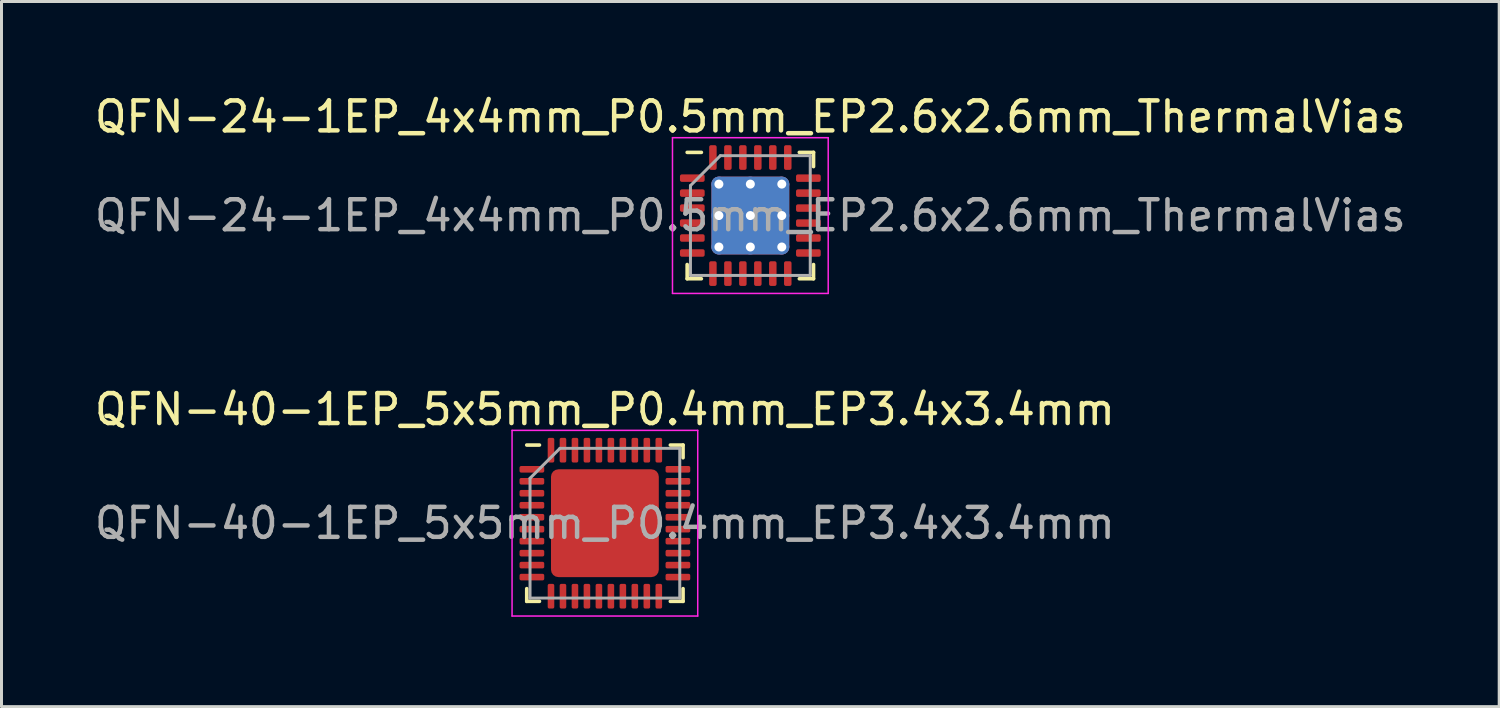
<source format=kicad_pcb>
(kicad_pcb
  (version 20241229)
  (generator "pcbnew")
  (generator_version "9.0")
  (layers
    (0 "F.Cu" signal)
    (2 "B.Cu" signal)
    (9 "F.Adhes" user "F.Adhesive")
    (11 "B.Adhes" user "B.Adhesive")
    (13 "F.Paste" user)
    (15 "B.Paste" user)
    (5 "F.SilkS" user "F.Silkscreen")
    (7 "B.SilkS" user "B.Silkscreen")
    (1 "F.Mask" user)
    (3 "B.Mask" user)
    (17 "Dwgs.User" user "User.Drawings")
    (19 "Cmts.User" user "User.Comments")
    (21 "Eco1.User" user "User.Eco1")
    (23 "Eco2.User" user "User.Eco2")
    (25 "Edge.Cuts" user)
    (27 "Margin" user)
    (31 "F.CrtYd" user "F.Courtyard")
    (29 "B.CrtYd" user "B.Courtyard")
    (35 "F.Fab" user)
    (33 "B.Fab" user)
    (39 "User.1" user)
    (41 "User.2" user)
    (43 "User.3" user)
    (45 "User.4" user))
  (footprint "QFN-40-1EP_5x5mm_P0.4mm_EP3.4x3.4mm"
    (layer "F.Cu")
    (at 17.149 14.421)
    (property "Reference" "QFN-40-1EP_5x5mm_P0.4mm_EP3.4x3.4mm" (at 0 -3.8 0) (layer "F.SilkS") (effects (font (size 1 1) (thickness 0.15))))
    (attr smd)
    (fp_line (start -2.61 2.61) (end -2.61 2.185) (stroke (width 0.12) (type solid)) (layer "F.SilkS"))
    (fp_line (start -2.185 -2.61) (end -2.61 -2.61) (stroke (width 0.12) (type solid)) (layer "F.SilkS"))
    (fp_line (start -2.185 2.61) (end -2.61 2.61) (stroke (width 0.12) (type solid)) (layer "F.SilkS"))
    (fp_line (start 2.185 -2.61) (end 2.61 -2.61) (stroke (width 0.12) (type solid)) (layer "F.SilkS"))
    (fp_line (start 2.185 2.61) (end 2.61 2.61) (stroke (width 0.12) (type solid)) (layer "F.SilkS"))
    (fp_line (start 2.61 -2.61) (end 2.61 -2.185) (stroke (width 0.12) (type solid)) (layer "F.SilkS"))
    (fp_line (start 2.61 2.61) (end 2.61 2.185) (stroke (width 0.12) (type solid)) (layer "F.SilkS"))
    (fp_line (start -3.1 -3.1) (end -3.1 3.1) (stroke (width 0.05) (type solid)) (layer "F.CrtYd"))
    (fp_line (start -3.1 3.1) (end 3.1 3.1) (stroke (width 0.05) (type solid)) (layer "F.CrtYd"))
    (fp_line (start 3.1 -3.1) (end -3.1 -3.1) (stroke (width 0.05) (type solid)) (layer "F.CrtYd"))
    (fp_line (start 3.1 3.1) (end 3.1 -3.1) (stroke (width 0.05) (type solid)) (layer "F.CrtYd"))
    (fp_line (start -2.5 -1.5) (end -1.5 -2.5) (stroke (width 0.1) (type solid)) (layer "F.Fab"))
    (fp_line (start -2.5 2.5) (end -2.5 -1.5) (stroke (width 0.1) (type solid)) (layer "F.Fab"))
    (fp_line (start -1.5 -2.5) (end 2.5 -2.5) (stroke (width 0.1) (type solid)) (layer "F.Fab"))
    (fp_line (start 2.5 -2.5) (end 2.5 2.5) (stroke (width 0.1) (type solid)) (layer "F.Fab"))
    (fp_line (start 2.5 2.5) (end -2.5 2.5) (stroke (width 0.1) (type solid)) (layer "F.Fab"))
    (fp_text user "${REFERENCE}" (at 0 0 0) (layer "F.Fab") (effects (font (size 1 1) (thickness 0.15))))
    (pad "" smd roundrect (at -1.2 -1.2) (size 0.97 0.97) (layers "F.Paste") (roundrect_rratio 0.25))
    (pad "" smd roundrect (at -1.2 0) (size 0.97 0.97) (layers "F.Paste") (roundrect_rratio 0.25))
    (pad "" smd roundrect (at -1.2 1.2) (size 0.97 0.97) (layers "F.Paste") (roundrect_rratio 0.25))
    (pad "" smd roundrect (at 0 -1.2) (size 0.97 0.97) (layers "F.Paste") (roundrect_rratio 0.25))
    (pad "" smd roundrect (at 0 0) (size 0.97 0.97) (layers "F.Paste") (roundrect_rratio 0.25))
    (pad "" smd roundrect (at 0 1.2) (size 0.97 0.97) (layers "F.Paste") (roundrect_rratio 0.25))
    (pad "" smd roundrect (at 1.2 -1.2) (size 0.97 0.97) (layers "F.Paste") (roundrect_rratio 0.25))
    (pad "" smd roundrect (at 1.2 0) (size 0.97 0.97) (layers "F.Paste") (roundrect_rratio 0.25))
    (pad "" smd roundrect (at 1.2 1.2) (size 0.97 0.97) (layers "F.Paste") (roundrect_rratio 0.25))
    (pad "1" smd roundrect (at -2.438 -1.8) (size 0.825 0.22) (layers "F.Cu" "F.Mask" "F.Paste") (roundrect_rratio 0.25))
    (pad "2" smd roundrect (at -2.438 -1.4) (size 0.825 0.22) (layers "F.Cu" "F.Mask" "F.Paste") (roundrect_rratio 0.25))
    (pad "3" smd roundrect (at -2.438 -1) (size 0.825 0.22) (layers "F.Cu" "F.Mask" "F.Paste") (roundrect_rratio 0.25))
    (pad "4" smd roundrect (at -2.438 -0.6) (size 0.825 0.22) (layers "F.Cu" "F.Mask" "F.Paste") (roundrect_rratio 0.25))
    (pad "5" smd roundrect (at -2.438 -0.2) (size 0.825 0.22) (layers "F.Cu" "F.Mask" "F.Paste") (roundrect_rratio 0.25))
    (pad "6" smd roundrect (at -2.438 0.2) (size 0.825 0.22) (layers "F.Cu" "F.Mask" "F.Paste") (roundrect_rratio 0.25))
    (pad "7" smd roundrect (at -2.438 0.6) (size 0.825 0.22) (layers "F.Cu" "F.Mask" "F.Paste") (roundrect_rratio 0.25))
    (pad "8" smd roundrect (at -2.438 1) (size 0.825 0.22) (layers "F.Cu" "F.Mask" "F.Paste") (roundrect_rratio 0.25))
    (pad "9" smd roundrect (at -2.438 1.4) (size 0.825 0.22) (layers "F.Cu" "F.Mask" "F.Paste") (roundrect_rratio 0.25))
    (pad "10" smd roundrect (at -2.438 1.8) (size 0.825 0.22) (layers "F.Cu" "F.Mask" "F.Paste") (roundrect_rratio 0.25))
    (pad "11" smd roundrect (at -1.8 2.438) (size 0.22 0.825) (layers "F.Cu" "F.Mask" "F.Paste") (roundrect_rratio 0.25))
    (pad "12" smd roundrect (at -1.4 2.438) (size 0.22 0.825) (layers "F.Cu" "F.Mask" "F.Paste") (roundrect_rratio 0.25))
    (pad "13" smd roundrect (at -1 2.438) (size 0.22 0.825) (layers "F.Cu" "F.Mask" "F.Paste") (roundrect_rratio 0.25))
    (pad "14" smd roundrect (at -0.6 2.438) (size 0.22 0.825) (layers "F.Cu" "F.Mask" "F.Paste") (roundrect_rratio 0.25))
    (pad "15" smd roundrect (at -0.2 2.438) (size 0.22 0.825) (layers "F.Cu" "F.Mask" "F.Paste") (roundrect_rratio 0.25))
    (pad "16" smd roundrect (at 0.2 2.438) (size 0.22 0.825) (layers "F.Cu" "F.Mask" "F.Paste") (roundrect_rratio 0.25))
    (pad "17" smd roundrect (at 0.6 2.438) (size 0.22 0.825) (layers "F.Cu" "F.Mask" "F.Paste") (roundrect_rratio 0.25))
    (pad "18" smd roundrect (at 1 2.438) (size 0.22 0.825) (layers "F.Cu" "F.Mask" "F.Paste") (roundrect_rratio 0.25))
    (pad "19" smd roundrect (at 1.4 2.438) (size 0.22 0.825) (layers "F.Cu" "F.Mask" "F.Paste") (roundrect_rratio 0.25))
    (pad "20" smd roundrect (at 1.8 2.438) (size 0.22 0.825) (layers "F.Cu" "F.Mask" "F.Paste") (roundrect_rratio 0.25))
    (pad "21" smd roundrect (at 2.438 1.8) (size 0.825 0.22) (layers "F.Cu" "F.Mask" "F.Paste") (roundrect_rratio 0.25))
    (pad "22" smd roundrect (at 2.438 1.4) (size 0.825 0.22) (layers "F.Cu" "F.Mask" "F.Paste") (roundrect_rratio 0.25))
    (pad "23" smd roundrect (at 2.438 1) (size 0.825 0.22) (layers "F.Cu" "F.Mask" "F.Paste") (roundrect_rratio 0.25))
    (pad "24" smd roundrect (at 2.438 0.6) (size 0.825 0.22) (layers "F.Cu" "F.Mask" "F.Paste") (roundrect_rratio 0.25))
    (pad "25" smd roundrect (at 2.438 0.2) (size 0.825 0.22) (layers "F.Cu" "F.Mask" "F.Paste") (roundrect_rratio 0.25))
    (pad "26" smd roundrect (at 2.438 -0.2) (size 0.825 0.22) (layers "F.Cu" "F.Mask" "F.Paste") (roundrect_rratio 0.25))
    (pad "27" smd roundrect (at 2.438 -0.6) (size 0.825 0.22) (layers "F.Cu" "F.Mask" "F.Paste") (roundrect_rratio 0.25))
    (pad "28" smd roundrect (at 2.438 -1) (size 0.825 0.22) (layers "F.Cu" "F.Mask" "F.Paste") (roundrect_rratio 0.25))
    (pad "29" smd roundrect (at 2.438 -1.4) (size 0.825 0.22) (layers "F.Cu" "F.Mask" "F.Paste") (roundrect_rratio 0.25))
    (pad "30" smd roundrect (at 2.438 -1.8) (size 0.825 0.22) (layers "F.Cu" "F.Mask" "F.Paste") (roundrect_rratio 0.25))
    (pad "31" smd roundrect (at 1.8 -2.438) (size 0.22 0.825) (layers "F.Cu" "F.Mask" "F.Paste") (roundrect_rratio 0.25))
    (pad "32" smd roundrect (at 1.4 -2.438) (size 0.22 0.825) (layers "F.Cu" "F.Mask" "F.Paste") (roundrect_rratio 0.25))
    (pad "33" smd roundrect (at 1 -2.438) (size 0.22 0.825) (layers "F.Cu" "F.Mask" "F.Paste") (roundrect_rratio 0.25))
    (pad "34" smd roundrect (at 0.6 -2.438) (size 0.22 0.825) (layers "F.Cu" "F.Mask" "F.Paste") (roundrect_rratio 0.25))
    (pad "35" smd roundrect (at 0.2 -2.438) (size 0.22 0.825) (layers "F.Cu" "F.Mask" "F.Paste") (roundrect_rratio 0.25))
    (pad "36" smd roundrect (at -0.2 -2.438) (size 0.22 0.825) (layers "F.Cu" "F.Mask" "F.Paste") (roundrect_rratio 0.25))
    (pad "37" smd roundrect (at -0.6 -2.438) (size 0.22 0.825) (layers "F.Cu" "F.Mask" "F.Paste") (roundrect_rratio 0.25))
    (pad "38" smd roundrect (at -1 -2.438) (size 0.22 0.825) (layers "F.Cu" "F.Mask" "F.Paste") (roundrect_rratio 0.25))
    (pad "39" smd roundrect (at -1.4 -2.438) (size 0.22 0.825) (layers "F.Cu" "F.Mask" "F.Paste") (roundrect_rratio 0.25))
    (pad "40" smd roundrect (at -1.8 -2.438) (size 0.22 0.825) (layers "F.Cu" "F.Mask" "F.Paste") (roundrect_rratio 0.25))
    (pad "41" smd roundrect (at 0 0) (size 3.6 3.6) (layers "F.Cu" "F.Mask") (roundrect_rratio 0.069)))
  (footprint "QFN-24-1EP_4x4mm_P0.5mm_EP2.6x2.6mm_ThermalVias"
    (layer "F.Cu")
    (at 22.006 4.148)
    (property "Reference" "QFN-24-1EP_4x4mm_P0.5mm_EP2.6x2.6mm_ThermalVias" (at 0 -3.3 0) (layer "F.SilkS") (effects (font (size 1 1) (thickness 0.15))))
    (attr smd)
    (fp_line (start -2.11 2.11) (end -2.11 1.635) (stroke (width 0.12) (type solid)) (layer "F.SilkS"))
    (fp_line (start -1.635 -2.11) (end -2.11 -2.11) (stroke (width 0.12) (type solid)) (layer "F.SilkS"))
    (fp_line (start -1.635 2.11) (end -2.11 2.11) (stroke (width 0.12) (type solid)) (layer "F.SilkS"))
    (fp_line (start 1.635 -2.11) (end 2.11 -2.11) (stroke (width 0.12) (type solid)) (layer "F.SilkS"))
    (fp_line (start 1.635 2.11) (end 2.11 2.11) (stroke (width 0.12) (type solid)) (layer "F.SilkS"))
    (fp_line (start 2.11 -2.11) (end 2.11 -1.635) (stroke (width 0.12) (type solid)) (layer "F.SilkS"))
    (fp_line (start 2.11 2.11) (end 2.11 1.635) (stroke (width 0.12) (type solid)) (layer "F.SilkS"))
    (fp_line (start -2.6 -2.6) (end -2.6 2.6) (stroke (width 0.05) (type solid)) (layer "F.CrtYd"))
    (fp_line (start -2.6 2.6) (end 2.6 2.6) (stroke (width 0.05) (type solid)) (layer "F.CrtYd"))
    (fp_line (start 2.6 -2.6) (end -2.6 -2.6) (stroke (width 0.05) (type solid)) (layer "F.CrtYd"))
    (fp_line (start 2.6 2.6) (end 2.6 -2.6) (stroke (width 0.05) (type solid)) (layer "F.CrtYd"))
    (fp_line (start -2 -1) (end -1 -2) (stroke (width 0.1) (type solid)) (layer "F.Fab"))
    (fp_line (start -2 2) (end -2 -1) (stroke (width 0.1) (type solid)) (layer "F.Fab"))
    (fp_line (start -1 -2) (end 2 -2) (stroke (width 0.1) (type solid)) (layer "F.Fab"))
    (fp_line (start 2 -2) (end 2 2) (stroke (width 0.1) (type solid)) (layer "F.Fab"))
    (fp_line (start 2 2) (end -2 2) (stroke (width 0.1) (type solid)) (layer "F.Fab"))
    (fp_text user "${REFERENCE}" (at 0 0 0) (layer "F.Fab") (effects (font (size 1 1) (thickness 0.15))))
    (pad "" smd roundrect (at -0.65 -0.65) (size 1.13 1.13) (layers "F.Paste") (roundrect_rratio 0.221))
    (pad "" smd roundrect (at -0.65 0.65) (size 1.13 1.13) (layers "F.Paste") (roundrect_rratio 0.221))
    (pad "" smd roundrect (at 0.65 -0.65) (size 1.13 1.13) (layers "F.Paste") (roundrect_rratio 0.221))
    (pad "" smd roundrect (at 0.65 0.65) (size 1.13 1.13) (layers "F.Paste") (roundrect_rratio 0.221))
    (pad "1" smd roundrect (at -1.938 -1.25) (size 0.825 0.25) (layers "F.Cu" "F.Mask" "F.Paste") (roundrect_rratio 0.25))
    (pad "2" smd roundrect (at -1.938 -0.75) (size 0.825 0.25) (layers "F.Cu" "F.Mask" "F.Paste") (roundrect_rratio 0.25))
    (pad "3" smd roundrect (at -1.938 -0.25) (size 0.825 0.25) (layers "F.Cu" "F.Mask" "F.Paste") (roundrect_rratio 0.25))
    (pad "4" smd roundrect (at -1.938 0.25) (size 0.825 0.25) (layers "F.Cu" "F.Mask" "F.Paste") (roundrect_rratio 0.25))
    (pad "5" smd roundrect (at -1.938 0.75) (size 0.825 0.25) (layers "F.Cu" "F.Mask" "F.Paste") (roundrect_rratio 0.25))
    (pad "6" smd roundrect (at -1.938 1.25) (size 0.825 0.25) (layers "F.Cu" "F.Mask" "F.Paste") (roundrect_rratio 0.25))
    (pad "7" smd roundrect (at -1.25 1.938) (size 0.25 0.825) (layers "F.Cu" "F.Mask" "F.Paste") (roundrect_rratio 0.25))
    (pad "8" smd roundrect (at -0.75 1.938) (size 0.25 0.825) (layers "F.Cu" "F.Mask" "F.Paste") (roundrect_rratio 0.25))
    (pad "9" smd roundrect (at -0.25 1.938) (size 0.25 0.825) (layers "F.Cu" "F.Mask" "F.Paste") (roundrect_rratio 0.25))
    (pad "10" smd roundrect (at 0.25 1.938) (size 0.25 0.825) (layers "F.Cu" "F.Mask" "F.Paste") (roundrect_rratio 0.25))
    (pad "11" smd roundrect (at 0.75 1.938) (size 0.25 0.825) (layers "F.Cu" "F.Mask" "F.Paste") (roundrect_rratio 0.25))
    (pad "12" smd roundrect (at 1.25 1.938) (size 0.25 0.825) (layers "F.Cu" "F.Mask" "F.Paste") (roundrect_rratio 0.25))
    (pad "13" smd roundrect (at 1.938 1.25) (size 0.825 0.25) (layers "F.Cu" "F.Mask" "F.Paste") (roundrect_rratio 0.25))
    (pad "14" smd roundrect (at 1.938 0.75) (size 0.825 0.25) (layers "F.Cu" "F.Mask" "F.Paste") (roundrect_rratio 0.25))
    (pad "15" smd roundrect (at 1.938 0.25) (size 0.825 0.25) (layers "F.Cu" "F.Mask" "F.Paste") (roundrect_rratio 0.25))
    (pad "16" smd roundrect (at 1.938 -0.25) (size 0.825 0.25) (layers "F.Cu" "F.Mask" "F.Paste") (roundrect_rratio 0.25))
    (pad "17" smd roundrect (at 1.938 -0.75) (size 0.825 0.25) (layers "F.Cu" "F.Mask" "F.Paste") (roundrect_rratio 0.25))
    (pad "18" smd roundrect (at 1.938 -1.25) (size 0.825 0.25) (layers "F.Cu" "F.Mask" "F.Paste") (roundrect_rratio 0.25))
    (pad "19" smd roundrect (at 1.25 -1.938) (size 0.25 0.825) (layers "F.Cu" "F.Mask" "F.Paste") (roundrect_rratio 0.25))
    (pad "20" smd roundrect (at 0.75 -1.938) (size 0.25 0.825) (layers "F.Cu" "F.Mask" "F.Paste") (roundrect_rratio 0.25))
    (pad "21" smd roundrect (at 0.25 -1.938) (size 0.25 0.825) (layers "F.Cu" "F.Mask" "F.Paste") (roundrect_rratio 0.25))
    (pad "22" smd roundrect (at -0.25 -1.938) (size 0.25 0.825) (layers "F.Cu" "F.Mask" "F.Paste") (roundrect_rratio 0.25))
    (pad "23" smd roundrect (at -0.75 -1.938) (size 0.25 0.825) (layers "F.Cu" "F.Mask" "F.Paste") (roundrect_rratio 0.25))
    (pad "24" smd roundrect (at -1.25 -1.938) (size 0.25 0.825) (layers "F.Cu" "F.Mask" "F.Paste") (roundrect_rratio 0.25))
    (pad "25" thru_hole circle (at -1.05 -1.05) (size 0.5 0.5) (drill 0.3) (layers "*.Cu"))
    (pad "25" thru_hole circle (at -1.05 0) (size 0.5 0.5) (drill 0.3) (layers "*.Cu"))
    (pad "25" thru_hole circle (at -1.05 1.05) (size 0.5 0.5) (drill 0.3) (layers "*.Cu"))
    (pad "25" thru_hole circle (at 0 -1.05) (size 0.5 0.5) (drill 0.3) (layers "*.Cu"))
    (pad "25" thru_hole circle (at 0 0) (size 0.5 0.5) (drill 0.3) (layers "*.Cu"))
    (pad "25" smd roundrect (at 0 0) (size 2.6 2.6) (layers "F.Cu" "F.Mask") (roundrect_rratio 0.096))
    (pad "25" smd roundrect (at 0 0) (size 2.6 2.6) (layers "B.Cu") (roundrect_rratio 0.096))
    (pad "25" thru_hole circle (at 0 1.05) (size 0.5 0.5) (drill 0.3) (layers "*.Cu"))
    (pad "25" thru_hole circle (at 1.05 -1.05) (size 0.5 0.5) (drill 0.3) (layers "*.Cu"))
    (pad "25" thru_hole circle (at 1.05 0) (size 0.5 0.5) (drill 0.3) (layers "*.Cu"))
    (pad "25" thru_hole circle (at 1.05 1.05) (size 0.5 0.5) (drill 0.3) (layers "*.Cu")))
  (gr_rect
    (start -3 -3)
    (end 47.012 20.547)
    (stroke (width 0.1) (type default))
    (fill no)
    (layer "Edge.Cuts")))
</source>
